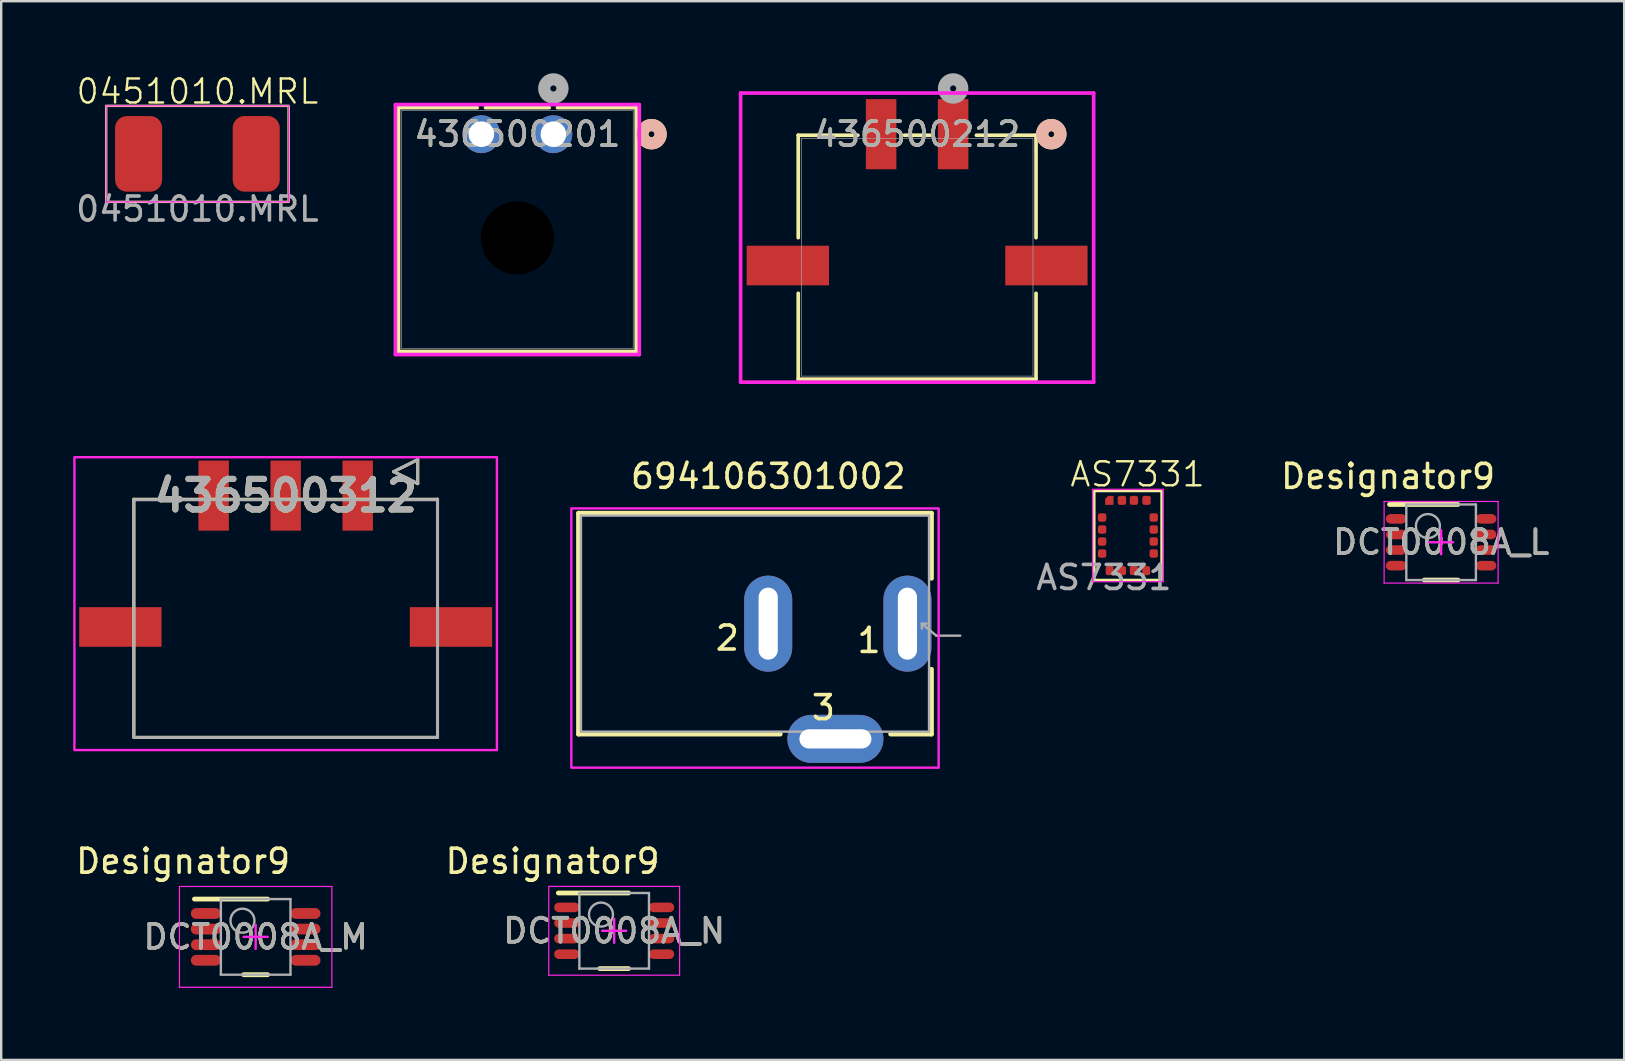
<source format=kicad_pcb>
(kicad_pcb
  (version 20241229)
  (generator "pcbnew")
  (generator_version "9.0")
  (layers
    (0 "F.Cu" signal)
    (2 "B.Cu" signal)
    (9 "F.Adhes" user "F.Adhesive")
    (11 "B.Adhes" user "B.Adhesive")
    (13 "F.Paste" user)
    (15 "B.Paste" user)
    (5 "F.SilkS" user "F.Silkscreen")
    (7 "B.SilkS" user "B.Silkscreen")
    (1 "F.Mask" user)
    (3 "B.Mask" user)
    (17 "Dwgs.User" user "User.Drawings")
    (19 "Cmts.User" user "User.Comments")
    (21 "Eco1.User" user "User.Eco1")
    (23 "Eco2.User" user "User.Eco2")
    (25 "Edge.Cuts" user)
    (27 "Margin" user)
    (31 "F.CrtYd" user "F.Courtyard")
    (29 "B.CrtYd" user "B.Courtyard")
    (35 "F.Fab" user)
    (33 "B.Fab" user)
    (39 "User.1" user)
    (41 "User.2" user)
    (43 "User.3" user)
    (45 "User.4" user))
  (footprint "DCT0008A_N"
    (layer "F.Cu")
    (at 22.534 35.723)
    (property "Reference" "DCT0008A_N" (at 0 0 0) (unlocked yes) (layer "F.SilkS") (effects (font (size 1 1) (thickness 0.15))))
    (attr smd)
    (fp_line (start -2.325 -1.575) (end 0.6 -1.575) (stroke (width 0.2) (type solid)) (layer "F.SilkS"))
    (fp_line (start -0.6 1.575) (end 0.6 1.575) (stroke (width 0.2) (type solid)) (layer "F.SilkS"))
    (fp_line (start -2.725 -1.85) (end 2.725 -1.85) (stroke (width 0.05) (type solid)) (layer "F.CrtYd"))
    (fp_line (start -2.725 1.85) (end -2.725 -1.85) (stroke (width 0.05) (type solid)) (layer "F.CrtYd"))
    (fp_line (start -2.725 1.85) (end 2.725 1.85) (stroke (width 0.05) (type solid)) (layer "F.CrtYd"))
    (fp_line (start -0.5 0) (end 0.5 0) (stroke (width 0.1) (type solid)) (layer "F.CrtYd"))
    (fp_line (start 0 0.5) (end 0 -0.5) (stroke (width 0.1) (type solid)) (layer "F.CrtYd"))
    (fp_line (start 2.725 1.85) (end 2.725 -1.85) (stroke (width 0.05) (type solid)) (layer "F.CrtYd"))
    (fp_line (start -1.45 -1.575) (end 1.45 -1.575) (stroke (width 0.1) (type solid)) (layer "F.Fab"))
    (fp_line (start -1.45 1.575) (end -1.45 -1.575) (stroke (width 0.1) (type solid)) (layer "F.Fab"))
    (fp_line (start -1.45 1.575) (end 1.45 1.575) (stroke (width 0.1) (type solid)) (layer "F.Fab"))
    (fp_line (start 1.45 1.575) (end 1.45 -1.575) (stroke (width 0.1) (type solid)) (layer "F.Fab"))
    (fp_circle (center -0.55 -0.675) (end -0.05 -0.675) (stroke (width 0.1) (type solid)) (fill no) (layer "F.Fab"))
    (fp_text user "Designator9" (at -2.565 -2.896 0) (unlocked yes) (layer "F.SilkS") (effects (font (size 1 1) (thickness 0.15))))
    (fp_text user "${REFERENCE}" (at 0 0 0) (unlocked yes) (layer "F.Fab") (effects (font (size 1 1) (thickness 0.15))))
    (pad "1" smd oval (at -1.975 -0.975 90) (size 0.4 1.05) (layers "F.Cu" "F.Mask" "F.Paste"))
    (pad "2" smd oval (at -1.975 -0.325 90) (size 0.4 1.05) (layers "F.Cu" "F.Mask" "F.Paste"))
    (pad "3" smd oval (at -1.975 0.325 90) (size 0.4 1.05) (layers "F.Cu" "F.Mask" "F.Paste"))
    (pad "4" smd oval (at -1.975 0.975 90) (size 0.4 1.05) (layers "F.Cu" "F.Mask" "F.Paste"))
    (pad "5" smd oval (at 1.975 0.975 90) (size 0.4 1.05) (layers "F.Cu" "F.Mask" "F.Paste"))
    (pad "6" smd oval (at 1.975 0.325 90) (size 0.4 1.05) (layers "F.Cu" "F.Mask" "F.Paste"))
    (pad "7" smd oval (at 1.975 -0.325 90) (size 0.4 1.05) (layers "F.Cu" "F.Mask" "F.Paste"))
    (pad "8" smd oval (at 1.975 -0.975 90) (size 0.4 1.05) (layers "F.Cu" "F.Mask" "F.Paste")))
  (footprint "AS7331"
    (layer "F.Cu")
    (at 42.935 18.507)
    (property "Reference" "AS7331" (at 1.4 -1.8 0) (unlocked yes) (layer "F.SilkS") (effects (font (size 1 1) (thickness 0.1))))
    (attr smd)
    (fp_rect (start -0.4 -1.1) (end 2.4 2.6) (stroke (width 0.1) (type default)) (fill no) (layer "F.SilkS"))
    (fp_rect (start -0.475 -1.175) (end 2.475 2.675) (stroke (width 0.05) (type default)) (fill no) (layer "F.CrtYd"))
    (fp_text user "${REFERENCE}" (at 0 2.5 0) (unlocked yes) (layer "F.Fab") (effects (font (size 1 1) (thickness 0.15))))
    (pad "1" smd roundrect (at 0.225 -0.713) (size 0.35 0.375) (layers "F.Cu" "F.Mask" "F.Paste") (roundrect_rratio 0) (chamfer_ratio 0.35) (chamfer top_left))
    (pad "2" smd roundrect (at 0.75 -0.713) (size 0.35 0.375) (layers "F.Cu" "F.Mask" "F.Paste") (roundrect_rratio 0.25))
    (pad "3" smd roundrect (at 1.25 -0.713) (size 0.35 0.375) (layers "F.Cu" "F.Mask" "F.Paste") (roundrect_rratio 0.25))
    (pad "4" smd roundrect (at 1.775 -0.713) (size 0.35 0.375) (layers "F.Cu" "F.Mask" "F.Paste") (roundrect_rratio 0.25))
    (pad "5" smd roundrect (at 2.075 0) (size 0.35 0.35) (layers "F.Cu" "F.Mask" "F.Paste") (roundrect_rratio 0.25))
    (pad "6" smd roundrect (at 2.075 0.5) (size 0.35 0.35) (layers "F.Cu" "F.Mask" "F.Paste") (roundrect_rratio 0.25))
    (pad "7" smd roundrect (at 2.075 1) (size 0.35 0.35) (layers "F.Cu" "F.Mask" "F.Paste") (roundrect_rratio 0.25))
    (pad "8" smd roundrect (at 2.075 1.5) (size 0.35 0.35) (layers "F.Cu" "F.Mask" "F.Paste") (roundrect_rratio 0.25))
    (pad "9" smd roundrect (at 1.762 2.212) (size 0.325 0.375) (layers "F.Cu" "F.Mask" "F.Paste") (roundrect_rratio 0.25))
    (pad "10" smd roundrect (at 1.25 2.212) (size 0.35 0.375) (layers "F.Cu" "F.Mask" "F.Paste") (roundrect_rratio 0.25))
    (pad "11" smd roundrect (at 0.75 2.212) (size 0.35 0.375) (layers "F.Cu" "F.Mask" "F.Paste") (roundrect_rratio 0.25))
    (pad "12" smd roundrect (at 0.237 2.212) (size 0.325 0.375) (layers "F.Cu" "F.Mask" "F.Paste") (roundrect_rratio 0.25))
    (pad "13" smd roundrect (at -0.075 1.5) (size 0.35 0.35) (layers "F.Cu" "F.Mask" "F.Paste") (roundrect_rratio 0.25))
    (pad "14" smd roundrect (at -0.075 1) (size 0.35 0.35) (layers "F.Cu" "F.Mask" "F.Paste") (roundrect_rratio 0.25))
    (pad "15" smd roundrect (at -0.075 0.5) (size 0.35 0.35) (layers "F.Cu" "F.Mask" "F.Paste") (roundrect_rratio 0.25))
    (pad "16" smd roundrect (at -0.075 0) (size 0.35 0.35) (layers "F.Cu" "F.Mask" "F.Paste") (roundrect_rratio 0.25)))
  (footprint "DCT0008A_M"
    (layer "F.Cu")
    (at 7.6 35.977)
    (property "Reference" "DCT0008A_M" (at 0 0 0) (unlocked yes) (layer "F.SilkS") (effects (font (size 1 1) (thickness 0.15))))
    (attr smd)
    (fp_line (start -2.55 -1.575) (end 0.5 -1.575) (stroke (width 0.2) (type solid)) (layer "F.SilkS"))
    (fp_line (start -0.5 1.575) (end 0.5 1.575) (stroke (width 0.2) (type solid)) (layer "F.SilkS"))
    (fp_line (start -3.175 -2.1) (end 3.175 -2.1) (stroke (width 0.05) (type solid)) (layer "F.CrtYd"))
    (fp_line (start -3.175 2.1) (end -3.175 -2.1) (stroke (width 0.05) (type solid)) (layer "F.CrtYd"))
    (fp_line (start -3.175 2.1) (end 3.175 2.1) (stroke (width 0.05) (type solid)) (layer "F.CrtYd"))
    (fp_line (start -0.5 0) (end 0.5 0) (stroke (width 0.1) (type solid)) (layer "F.CrtYd"))
    (fp_line (start -0.000003 0.5) (end -0.000003 -0.5) (stroke (width 0.1) (type solid)) (layer "F.CrtYd"))
    (fp_line (start 3.175 2.1) (end 3.175 -2.1) (stroke (width 0.05) (type solid)) (layer "F.CrtYd"))
    (fp_line (start -1.45 -1.575) (end 1.45 -1.575) (stroke (width 0.1) (type solid)) (layer "F.Fab"))
    (fp_line (start -1.45 1.575) (end -1.45 -1.575) (stroke (width 0.1) (type solid)) (layer "F.Fab"))
    (fp_line (start -1.45 1.575) (end 1.45 1.575) (stroke (width 0.1) (type solid)) (layer "F.Fab"))
    (fp_line (start 1.45 1.575) (end 1.45 -1.575) (stroke (width 0.1) (type solid)) (layer "F.Fab"))
    (fp_circle (center -0.55 -0.675) (end -0.05 -0.675) (stroke (width 0.1) (type solid)) (fill no) (layer "F.Fab"))
    (fp_text user "Designator9" (at -3.023 -3.15 0) (unlocked yes) (layer "F.SilkS") (effects (font (size 1 1) (thickness 0.15))))
    (fp_text user "${REFERENCE}" (at 0 0 0) (unlocked yes) (layer "F.Fab") (effects (font (size 1 1) (thickness 0.15))))
    (pad "1" smd oval (at -2.075 -0.975 90) (size 0.45 1.25) (layers "F.Cu" "F.Mask" "F.Paste"))
    (pad "2" smd oval (at -2.075 -0.325 90) (size 0.45 1.25) (layers "F.Cu" "F.Mask" "F.Paste"))
    (pad "3" smd oval (at -2.075 0.325 90) (size 0.45 1.25) (layers "F.Cu" "F.Mask" "F.Paste"))
    (pad "4" smd oval (at -2.075 0.975 90) (size 0.45 1.25) (layers "F.Cu" "F.Mask" "F.Paste"))
    (pad "5" smd oval (at 2.075 0.975 90) (size 0.45 1.25) (layers "F.Cu" "F.Mask" "F.Paste"))
    (pad "6" smd oval (at 2.075 0.325 90) (size 0.45 1.25) (layers "F.Cu" "F.Mask" "F.Paste"))
    (pad "7" smd oval (at 2.075 -0.325 90) (size 0.45 1.25) (layers "F.Cu" "F.Mask" "F.Paste"))
    (pad "8" smd oval (at 2.075 -0.975 90) (size 0.45 1.25) (layers "F.Cu" "F.Mask" "F.Paste")))
  (footprint "436500312"
    (layer "F.Cu")
    (at 8.85 17.596)
    (property "Reference" "436500312" (at 0 0 0) (layer "F.SilkS") (effects (font (size 1.27 1.27) (thickness 0.254))))
    (attr smd)
    (fp_line (start -6.325 0.15) (end 6.325 0.15) (stroke (width 0.127) (type solid)) (layer "F.SilkS"))
    (fp_line (start -6.325 10.05) (end -6.325 0.15) (stroke (width 0.127) (type solid)) (layer "F.SilkS"))
    (fp_line (start 4.5 -1) (end 5.5 -1.5) (stroke (width 0.127) (type solid)) (layer "F.SilkS"))
    (fp_line (start 5.5 -1.5) (end 5.5 -0.5) (stroke (width 0.127) (type solid)) (layer "F.SilkS"))
    (fp_line (start 5.5 -0.5) (end 4.5 -1) (stroke (width 0.127) (type solid)) (layer "F.SilkS"))
    (fp_line (start 6.325 0.15) (end 6.325 10.05) (stroke (width 0.127) (type solid)) (layer "F.SilkS"))
    (fp_line (start 6.325 10.07) (end -6.325 10.07) (stroke (width 0.127) (type solid)) (layer "F.SilkS"))
    (fp_rect (start -8.8 -1.6) (end 8.8 10.6) (stroke (width 0.1) (type default)) (fill no) (layer "F.CrtYd"))
    (fp_line (start -6.325 0.17) (end 6.325 0.17) (stroke (width 0.127) (type solid)) (layer "F.Fab"))
    (fp_line (start -6.325 10.07) (end -6.325 0.17) (stroke (width 0.127) (type solid)) (layer "F.Fab"))
    (fp_line (start 4.5 -1) (end 5.5 -1.5) (stroke (width 0.127) (type solid)) (layer "F.Fab"))
    (fp_line (start 5.5 -1.5) (end 5.5 -0.5) (stroke (width 0.127) (type solid)) (layer "F.Fab"))
    (fp_line (start 5.5 -0.5) (end 4.5 -1) (stroke (width 0.127) (type solid)) (layer "F.Fab"))
    (fp_line (start 6.325 0.17) (end 6.325 10.07) (stroke (width 0.127) (type solid)) (layer "F.Fab"))
    (fp_line (start 6.325 10.07) (end -6.325 10.07) (stroke (width 0.127) (type solid)) (layer "F.Fab"))
    (fp_text user "${REFERENCE}" (at 0 0 0) (layer "F.Fab") (effects (font (size 1.27 1.27) (thickness 0.254))))
    (pad "1" smd rect (at 3 0) (size 1.27 2.92) (layers "F.Cu" "F.Mask" "F.Paste"))
    (pad "2" smd rect (at 0 0) (size 1.27 2.92) (layers "F.Cu" "F.Mask" "F.Paste"))
    (pad "3" smd rect (at -3 0) (size 1.27 2.92) (layers "F.Cu" "F.Mask" "F.Paste"))
    (pad "4" smd rect (at 6.885 5.47 90) (size 1.65 3.43) (layers "F.Cu" "F.Mask" "F.Paste"))
    (pad "5" smd rect (at -6.885 5.47 90) (size 1.65 3.43) (layers "F.Cu" "F.Mask" "F.Paste")))
  (footprint "436500212"
    (layer "F.Cu")
    (at 35.154 7.663)
    (property "Reference" "436500212" (at 0 -5.123 0) (unlocked yes) (layer "F.SilkS") (effects (font (size 1 1) (thickness 0.15))))
    (attr smd)
    (fp_line (start -4.953 -5.08) (end -4.953 -0.811) (stroke (width 0.152) (type solid)) (layer "F.SilkS"))
    (fp_line (start -4.953 1.505) (end -4.953 5.08) (stroke (width 0.152) (type solid)) (layer "F.SilkS"))
    (fp_line (start -4.953 5.08) (end 4.953 5.08) (stroke (width 0.152) (type solid)) (layer "F.SilkS"))
    (fp_line (start -2.468 -5.08) (end -4.953 -5.08) (stroke (width 0.152) (type solid)) (layer "F.SilkS"))
    (fp_line (start 0.532 -5.08) (end -0.532 -5.08) (stroke (width 0.152) (type solid)) (layer "F.SilkS"))
    (fp_line (start 4.953 -5.08) (end 2.468 -5.08) (stroke (width 0.152) (type solid)) (layer "F.SilkS"))
    (fp_line (start 4.953 -0.811) (end 4.953 -5.08) (stroke (width 0.152) (type solid)) (layer "F.SilkS"))
    (fp_line (start 4.953 5.08) (end 4.953 1.505) (stroke (width 0.152) (type solid)) (layer "F.SilkS"))
    (fp_circle (center 5.588 -5.123) (end 5.969 -5.123) (stroke (width 0.508) (type solid)) (fill no) (layer "F.SilkS"))
    (fp_circle (center 5.588 -5.123) (end 5.969 -5.123) (stroke (width 0.508) (type solid)) (fill no) (layer "B.SilkS"))
    (fp_line (start -7.353 -6.838) (end -7.353 5.207) (stroke (width 0.152) (type solid)) (layer "F.CrtYd"))
    (fp_line (start -7.353 5.207) (end 7.353 5.207) (stroke (width 0.152) (type solid)) (layer "F.CrtYd"))
    (fp_line (start 7.353 -6.838) (end -7.353 -6.838) (stroke (width 0.152) (type solid)) (layer "F.CrtYd"))
    (fp_line (start 7.353 5.207) (end 7.353 -6.838) (stroke (width 0.152) (type solid)) (layer "F.CrtYd"))
    (fp_line (start -4.826 -4.953) (end -4.826 4.953) (stroke (width 0.025) (type solid)) (layer "F.Fab"))
    (fp_line (start -4.826 4.953) (end 4.826 4.953) (stroke (width 0.025) (type solid)) (layer "F.Fab"))
    (fp_line (start 4.826 -4.953) (end -4.826 -4.953) (stroke (width 0.025) (type solid)) (layer "F.Fab"))
    (fp_line (start 4.826 4.953) (end 4.826 -4.953) (stroke (width 0.025) (type solid)) (layer "F.Fab"))
    (fp_circle (center 1.5 -7.028) (end 1.881 -7.028) (stroke (width 0.508) (type solid)) (fill no) (layer "F.Fab"))
    (fp_text user "${REFERENCE}" (at 0 -5.123 0) (unlocked yes) (layer "F.Fab") (effects (font (size 1 1) (thickness 0.15))))
    (pad "1" smd rect (at 1.5 -5.123) (size 1.27 2.921) (layers "F.Cu" "F.Mask" "F.Paste"))
    (pad "2" smd rect (at -1.5 -5.123) (size 1.27 2.921) (layers "F.Cu" "F.Mask" "F.Paste"))
    (pad "3" smd rect (at -5.385 0.347) (size 3.429 1.651) (layers "F.Cu" "F.Mask" "F.Paste"))
    (pad "4" smd rect (at 5.385 0.347) (size 3.429 1.651) (layers "F.Cu" "F.Mask" "F.Paste")))
  (footprint "DCT0008A_L"
    (layer "F.Cu")
    (at 56.981 19.538)
    (property "Reference" "DCT0008A_L" (at 0 0 0) (unlocked yes) (layer "F.SilkS") (effects (font (size 1 1) (thickness 0.15))))
    (attr smd)
    (fp_line (start -2.15 -1.575) (end 0.7 -1.575) (stroke (width 0.2) (type solid)) (layer "F.SilkS"))
    (fp_line (start -0.7 1.575) (end 0.7 1.575) (stroke (width 0.2) (type solid)) (layer "F.SilkS"))
    (fp_line (start -2.375 -1.7) (end 2.375 -1.7) (stroke (width 0.05) (type solid)) (layer "F.CrtYd"))
    (fp_line (start -2.375 1.7) (end -2.375 -1.7) (stroke (width 0.05) (type solid)) (layer "F.CrtYd"))
    (fp_line (start -2.375 1.7) (end 2.375 1.7) (stroke (width 0.05) (type solid)) (layer "F.CrtYd"))
    (fp_line (start -0.5 0) (end 0.5 0) (stroke (width 0.1) (type solid)) (layer "F.CrtYd"))
    (fp_line (start 0 0.5) (end 0 -0.5) (stroke (width 0.1) (type solid)) (layer "F.CrtYd"))
    (fp_line (start 2.375 1.7) (end 2.375 -1.7) (stroke (width 0.05) (type solid)) (layer "F.CrtYd"))
    (fp_line (start -1.45 -1.575) (end 1.45 -1.575) (stroke (width 0.1) (type solid)) (layer "F.Fab"))
    (fp_line (start -1.45 1.575) (end -1.45 -1.575) (stroke (width 0.1) (type solid)) (layer "F.Fab"))
    (fp_line (start -1.45 1.575) (end 1.45 1.575) (stroke (width 0.1) (type solid)) (layer "F.Fab"))
    (fp_line (start 1.45 1.575) (end 1.45 -1.575) (stroke (width 0.1) (type solid)) (layer "F.Fab"))
    (fp_circle (center -0.55 -0.675) (end -0.05 -0.675) (stroke (width 0.1) (type solid)) (fill no) (layer "F.Fab"))
    (fp_text user "Designator9" (at -2.21 -2.743 0) (unlocked yes) (layer "F.SilkS") (effects (font (size 1 1) (thickness 0.15))))
    (fp_text user "${REFERENCE}" (at 0 0 0) (unlocked yes) (layer "F.Fab") (effects (font (size 1 1) (thickness 0.15))))
    (pad "1" smd oval (at -1.875 -0.975 90) (size 0.4 0.85) (layers "F.Cu" "F.Mask" "F.Paste"))
    (pad "2" smd oval (at -1.875 -0.325 90) (size 0.4 0.85) (layers "F.Cu" "F.Mask" "F.Paste"))
    (pad "3" smd oval (at -1.875 0.325 90) (size 0.4 0.85) (layers "F.Cu" "F.Mask" "F.Paste"))
    (pad "4" smd oval (at -1.875 0.975 90) (size 0.4 0.85) (layers "F.Cu" "F.Mask" "F.Paste"))
    (pad "5" smd oval (at 1.875 0.975 90) (size 0.4 0.85) (layers "F.Cu" "F.Mask" "F.Paste"))
    (pad "6" smd oval (at 1.875 0.325 90) (size 0.4 0.85) (layers "F.Cu" "F.Mask" "F.Paste"))
    (pad "7" smd oval (at 1.875 -0.325 90) (size 0.4 0.85) (layers "F.Cu" "F.Mask" "F.Paste"))
    (pad "8" smd oval (at 1.875 -0.975 90) (size 0.4 0.85) (layers "F.Cu" "F.Mask" "F.Paste")))
  (footprint "694106301002"
    (layer "F.Cu")
    (at 28.95 22.929)
    (property "Reference" "694106301002" (at 0 -6.135 0) (layer "F.SilkS") (effects (font (size 1 1) (thickness 0.15))))
    (attr through_hole)
    (fp_line (start -7.9 -4.6) (end -7.9 4.6) (stroke (width 0.2) (type solid)) (layer "F.SilkS"))
    (fp_line (start 0.5 4.6) (end -7.9 4.6) (stroke (width 0.2) (type solid)) (layer "F.SilkS"))
    (fp_line (start 6.8 -4.6) (end -7.9 -4.6) (stroke (width 0.2) (type solid)) (layer "F.SilkS"))
    (fp_line (start 6.8 -4.6) (end 6.8 -1.89) (stroke (width 0.2) (type solid)) (layer "F.SilkS"))
    (fp_line (start 6.8 1.9) (end 6.8 4.6) (stroke (width 0.2) (type solid)) (layer "F.SilkS"))
    (fp_line (start 6.8 4.6) (end 5.1 4.6) (stroke (width 0.2) (type solid)) (layer "F.SilkS"))
    (fp_poly (pts (xy 7.1 6) (xy -8.2 6) (xy -8.2 -4.8) (xy 7.1 -4.8)) (stroke (width 0.1) (type solid)) (fill no) (layer "F.CrtYd"))
    (fp_line (start -7.8 -4.5) (end 6.7 -4.5) (stroke (width 0.1) (type solid)) (layer "F.Fab"))
    (fp_line (start -7.8 4.5) (end -7.8 -4.5) (stroke (width 0.1) (type solid)) (layer "F.Fab"))
    (fp_line (start 6.4 0) (end 6.4 0.2) (stroke (width 0.1) (type solid)) (layer "F.Fab"))
    (fp_line (start 6.4 0) (end 6.6 0) (stroke (width 0.1) (type solid)) (layer "F.Fab"))
    (fp_line (start 6.7 -4.5) (end 6.7 4.5) (stroke (width 0.1) (type solid)) (layer "F.Fab"))
    (fp_line (start 6.7 4.5) (end -7.8 4.5) (stroke (width 0.1) (type solid)) (layer "F.Fab"))
    (fp_line (start 7 0.5) (end 6.4 0) (stroke (width 0.1) (type solid)) (layer "F.Fab"))
    (fp_line (start 8 0.5) (end 7 0.5) (stroke (width 0.1) (type solid)) (layer "F.Fab"))
    (fp_text user "3" (at 2.3 3.5 0) (layer "F.SilkS") (effects (font (size 1 1) (thickness 0.15))))
    (fp_text user "1" (at 4.2 0.7 0) (layer "F.SilkS") (effects (font (size 1 1) (thickness 0.15))))
    (fp_text user "2" (at -1.7 0.6 0) (layer "F.SilkS") (effects (font (size 1 1) (thickness 0.15))))
    (fp_text user "PCB Cutout Area" (at 5.9 0 0) (layer "Edge.Cuts") (effects (font (size 0.2 0.2) (thickness 0.15))))
    (fp_text user "PCB Cutout Area" (at 0.1 0 0) (layer "Edge.Cuts") (effects (font (size 0.2 0.2) (thickness 0.15))))
    (fp_text user "PCB Cutout Area" (at 2.9 5 0) (layer "Edge.Cuts") (effects (font (size 0.2 0.2) (thickness 0.15))))
    (pad "1" thru_hole oval (at 5.8 0) (size 2 4) (drill oval 0.8 3) (layers "*.Cu" "*.Mask"))
    (pad "2" thru_hole oval (at 0 0) (size 2 4) (drill oval 0.8 3) (layers "*.Cu" "*.Mask"))
    (pad "3" thru_hole oval (at 2.8 4.8) (size 4 2) (drill oval 3 0.8) (layers "*.Cu" "*.Mask")))
  (footprint "0451010.MRL"
    (layer "F.Cu")
    (at 5.173 3.16)
    (property "Reference" "0451010.MRL" (at 0 -2.4 0) (unlocked yes) (layer "F.SilkS") (effects (font (size 1 1) (thickness 0.1))))
    (attr smd)
    (fp_rect (start -3.8 -1.8) (end 3.8 2.2) (stroke (width 0.1) (type default)) (fill no) (layer "F.SilkS"))
    (fp_rect (start -3.8 -1.8) (end 3.8 2.2) (stroke (width 0.05) (type default)) (fill no) (layer "F.CrtYd"))
    (fp_text user "${REFERENCE}" (at 0 2.5 0) (unlocked yes) (layer "F.Fab") (effects (font (size 1 1) (thickness 0.15))))
    (pad "1" smd roundrect (at -2.45 0.2 90) (size 3.15 1.96) (layers "F.Cu" "F.Mask" "F.Paste") (roundrect_rratio 0.25))
    (pad "2" smd roundrect (at 2.45 0.2 90) (size 3.15 1.96) (layers "F.Cu" "F.Mask" "F.Paste") (roundrect_rratio 0.25)))
  (footprint "436500201"
    (layer "F.Cu")
    (at 20.001 2.54)
    (property "Reference" "436500201" (at -1.5 0 0) (unlocked yes) (layer "F.SilkS") (effects (font (size 1 1) (thickness 0.15))))
    (attr through_hole)
    (fp_line (start -6.453 -1.107) (end -6.453 9.053) (stroke (width 0.152) (type solid)) (layer "F.SilkS"))
    (fp_line (start -6.453 9.053) (end 3.453 9.053) (stroke (width 0.152) (type solid)) (layer "F.SilkS"))
    (fp_line (start -3.171 -1.107) (end -6.453 -1.107) (stroke (width 0.152) (type solid)) (layer "F.SilkS"))
    (fp_line (start -0.171 -1.107) (end -2.829 -1.107) (stroke (width 0.152) (type solid)) (layer "F.SilkS"))
    (fp_line (start 3.453 -1.107) (end 0.171 -1.107) (stroke (width 0.152) (type solid)) (layer "F.SilkS"))
    (fp_line (start 3.453 9.053) (end 3.453 -1.107) (stroke (width 0.152) (type solid)) (layer "F.SilkS"))
    (fp_circle (center 4.088 0) (end 4.469 0) (stroke (width 0.508) (type solid)) (fill no) (layer "F.SilkS"))
    (fp_circle (center 4.088 0) (end 4.469 0) (stroke (width 0.508) (type solid)) (fill no) (layer "B.SilkS"))
    (fp_line (start -6.58 -1.234) (end -6.58 9.18) (stroke (width 0.152) (type solid)) (layer "F.CrtYd"))
    (fp_line (start -6.58 9.18) (end 3.58 9.18) (stroke (width 0.152) (type solid)) (layer "F.CrtYd"))
    (fp_line (start 3.58 -1.234) (end -6.58 -1.234) (stroke (width 0.152) (type solid)) (layer "F.CrtYd"))
    (fp_line (start 3.58 9.18) (end 3.58 -1.234) (stroke (width 0.152) (type solid)) (layer "F.CrtYd"))
    (fp_line (start -6.326 -0.98) (end -6.326 8.926) (stroke (width 0.025) (type solid)) (layer "F.Fab"))
    (fp_line (start -6.326 8.926) (end 3.326 8.926) (stroke (width 0.025) (type solid)) (layer "F.Fab"))
    (fp_line (start 3.326 -0.98) (end -6.326 -0.98) (stroke (width 0.025) (type solid)) (layer "F.Fab"))
    (fp_line (start 3.326 8.926) (end 3.326 -0.98) (stroke (width 0.025) (type solid)) (layer "F.Fab"))
    (fp_circle (center 0 -1.905) (end 0.381 -1.905) (stroke (width 0.508) (type solid)) (fill no) (layer "F.Fab"))
    (fp_text user "${REFERENCE}" (at -1.5 0 0) (unlocked yes) (layer "F.Fab") (effects (font (size 1 1) (thickness 0.15))))
    (pad "" np_thru_hole circle (at -1.5 4.32) (size 3.048 3.048) (drill 3.048) (layers))
    (pad "1" thru_hole circle (at 0 0) (size 1.575 1.575) (drill 1.067) (layers "*.Cu" "*.Mask"))
    (pad "2" thru_hole circle (at -3 0) (size 1.575 1.575) (drill 1.067) (layers "*.Cu" "*.Mask")))
  (gr_rect
    (start -3 -3)
    (end 64.606 41.102)
    (stroke (width 0.1) (type default))
    (fill no)
    (layer "Edge.Cuts")))
</source>
